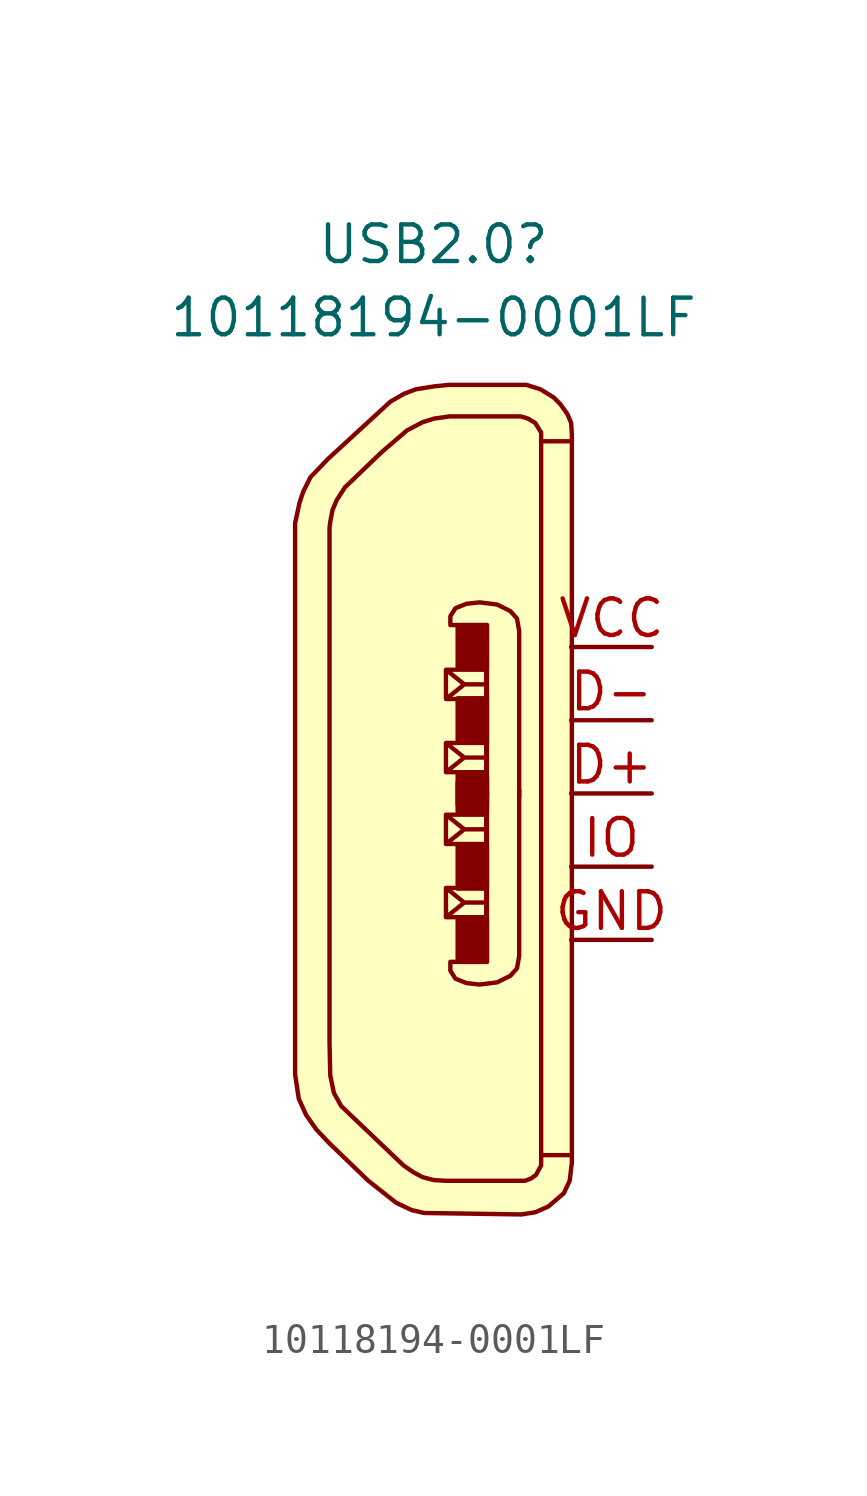
<source format=kicad_sym>
(kicad_symbol_lib
  (version 20211014)
  (generator kicad_symbol_editor)
  (symbol "10118194-0001LF"
    (pin_names
      (offset 1.016))
    (property "Reference" "USB2.0"
      (at 0.051 19.05 0)
      (effects (font (size 1.27 1.27))))
    (property "Value" "10118194-0001LF"
      (at 0.051 16.51 0)
      (effects (font (size 1.27 1.27))))
    (symbol "10118194-0001LF_1_1"
      (polyline (pts (xy 3.785 12.243) (xy 3.785 -12.548)) (stroke (width 0) (type default) (color 0 0 0 0)) (fill (type none)))
      (polyline (pts (xy 0.483 -4.293) (xy 0.483 -3.277) (xy 1.88 -3.277) (xy 1.88 -4.293) (xy 0.483 -4.293) (xy 1.118 -3.785) (xy 0.483 -3.277) (xy 1.88 -3.277) (xy 1.88 -3.785) (xy 1.118 -3.785)) (stroke (width 0) (type default) (color 0 0 0 0)) (fill (type none)))
      (polyline (pts (xy 0.483 -1.753) (xy 0.483 -0.737) (xy 1.88 -0.737) (xy 1.88 -1.753) (xy 0.483 -1.753) (xy 1.118 -1.245) (xy 0.483 -0.737) (xy 1.88 -0.737) (xy 1.88 -1.245) (xy 1.118 -1.245)) (stroke (width 0) (type default) (color 0 0 0 0)) (fill (type none)))
      (polyline (pts (xy 0.483 1.753) (xy 0.483 0.737) (xy 1.88 0.737) (xy 1.88 1.753) (xy 0.483 1.753) (xy 1.118 1.245) (xy 0.483 0.737) (xy 1.88 0.737) (xy 1.88 1.245) (xy 1.118 1.245)) (stroke (width 0) (type default) (color 0 0 0 0)) (fill (type none)))
      (polyline (pts (xy 0.483 4.293) (xy 0.483 3.277) (xy 1.88 3.277) (xy 1.88 4.293) (xy 0.483 4.293) (xy 1.118 3.785) (xy 0.483 3.277) (xy 1.88 3.277) (xy 1.88 3.785) (xy 1.118 3.785)) (stroke (width 0) (type default) (color 0 0 0 0)) (fill (type none)))
      (polyline (pts (xy 1.905 -0.025) (xy 1.905 5.842) (xy 0.635 5.842) (xy 0.635 6.147) (xy 0.813 6.426) (xy 1.194 6.579) (xy 1.651 6.629) (xy 2.261 6.553) (xy 2.718 6.325) (xy 2.946 6.071) (xy 3.023 5.639) (xy 3.023 4.801) (xy 3.023 -0.127)) (stroke (width 0) (type default) (color 0 0 0 0)) (fill (type none)))
      (polyline (pts (xy 1.905 0.025) (xy 1.905 -5.842) (xy 0.635 -5.842) (xy 0.635 -6.147) (xy 0.813 -6.426) (xy 1.194 -6.579) (xy 1.651 -6.629) (xy 2.261 -6.553) (xy 2.718 -6.325) (xy 2.946 -6.071) (xy 3.023 -5.639) (xy 3.023 -4.801) (xy 3.023 0.127)) (stroke (width 0) (type default) (color 0 0 0 0)) (fill (type none)))
      (polyline (pts (xy 4.851 -12.548) (xy 3.835 -12.548) (xy 3.785 -12.548) (xy 3.785 -12.903) (xy 3.607 -13.233) (xy 3.429 -13.36) (xy 3.226 -13.437) (xy 0.457 -13.437) (xy 0.051 -13.411) (xy -0.33 -13.31) (xy -0.66 -13.132) (xy -0.991 -12.903) (xy -3.15 -10.846) (xy -3.404 -10.389) (xy -3.531 -9.779) (xy -3.556 -8.636) (xy -3.556 9.22) (xy -3.531 9.423) (xy -3.454 9.83) (xy -3.302 10.185) (xy -3.023 10.617) (xy -1.753 11.836) (xy -0.864 12.598) (xy -0.33 12.878) (xy 0.076 13.005) (xy 0.61 13.081) (xy 3.073 13.081) (xy 3.327 13.005) (xy 3.581 12.852) (xy 3.785 12.522) (xy 3.785 12.217) (xy 4.851 12.217)) (stroke (width 0) (type default) (color 0 0 0 0)) (fill (type none)))
      (polyline (pts (xy 4.851 -11.481) (xy 4.851 -12.802) (xy 4.775 -13.437) (xy 4.572 -13.868) (xy 4.039 -14.326) (xy 3.581 -14.529) (xy 3.099 -14.605) (xy -0.279 -14.554) (xy -0.711 -14.453) (xy -1.245 -14.199) (xy -2.21 -13.437) (xy -3.556 -12.141) (xy -4.013 -11.659) (xy -4.369 -11.151) (xy -4.623 -10.592) (xy -4.75 -9.754) (xy -4.75 9.373) (xy -4.597 10.084) (xy -4.47 10.465) (xy -4.216 10.973) (xy -3.607 11.608) (xy -1.448 13.589) (xy -0.965 13.868) (xy -0.559 14.021) (xy 0.076 14.122) (xy 0.559 14.173) (xy 3.277 14.173) (xy 3.759 14.021) (xy 4.216 13.741) (xy 4.445 13.513) (xy 4.699 13.157) (xy 4.826 12.852) (xy 4.851 12.446) (xy 4.851 -11.506)) (stroke (width 0) (type default) (color 0 0 0 0)) (fill (type background)))
      (rectangle (start 0.889 -4.318) (end 1.905 -5.842) (stroke (width 0) (type default) (color 0 0 0 0)) (fill (type outline)))
      (rectangle (start 0.889 -3.302) (end 1.905 -1.778) (stroke (width 0) (type default) (color 0 0 0 0)) (fill (type outline)))
      (rectangle (start 0.889 -0.635) (end 1.905 0.381) (stroke (width 0) (type default) (color 0 0 0 0)) (fill (type outline)))
      (rectangle (start 0.889 0.635) (end 1.905 -0.381) (stroke (width 0) (type default) (color 0 0 0 0)) (fill (type outline)))
      (rectangle (start 0.889 3.302) (end 1.905 1.778) (stroke (width 0) (type default) (color 0 0 0 0)) (fill (type outline)))
      (rectangle (start 0.889 4.318) (end 1.905 5.842) (stroke (width 0) (type default) (color 0 0 0 0)) (fill (type outline)))
      (pin passive line (at 7.62 0 180) (length 2.794) (name "" (effects (font (size 1.27 1.27)))) (number "D+" (effects (font (size 1.27 1.27)))))
      (pin passive line (at 7.62 2.54 180) (length 2.794) (name "" (effects (font (size 1.27 1.27)))) (number "D-" (effects (font (size 1.27 1.27)))))
      (pin power_out line (at 7.62 -5.08 180) (length 2.794) (name "" (effects (font (size 1.27 1.27)))) (number "GND" (effects (font (size 1.27 1.27)))))
      (pin passive line (at 7.62 -2.54 180) (length 2.794) (name "" (effects (font (size 1.27 1.27)))) (number "IO" (effects (font (size 1.27 1.27)))))
      (pin power_out line (at 7.62 5.08 180) (length 2.794) (name "" (effects (font (size 1.27 1.27)))) (number "VCC" (effects (font (size 1.27 1.27))))))))
</source>
